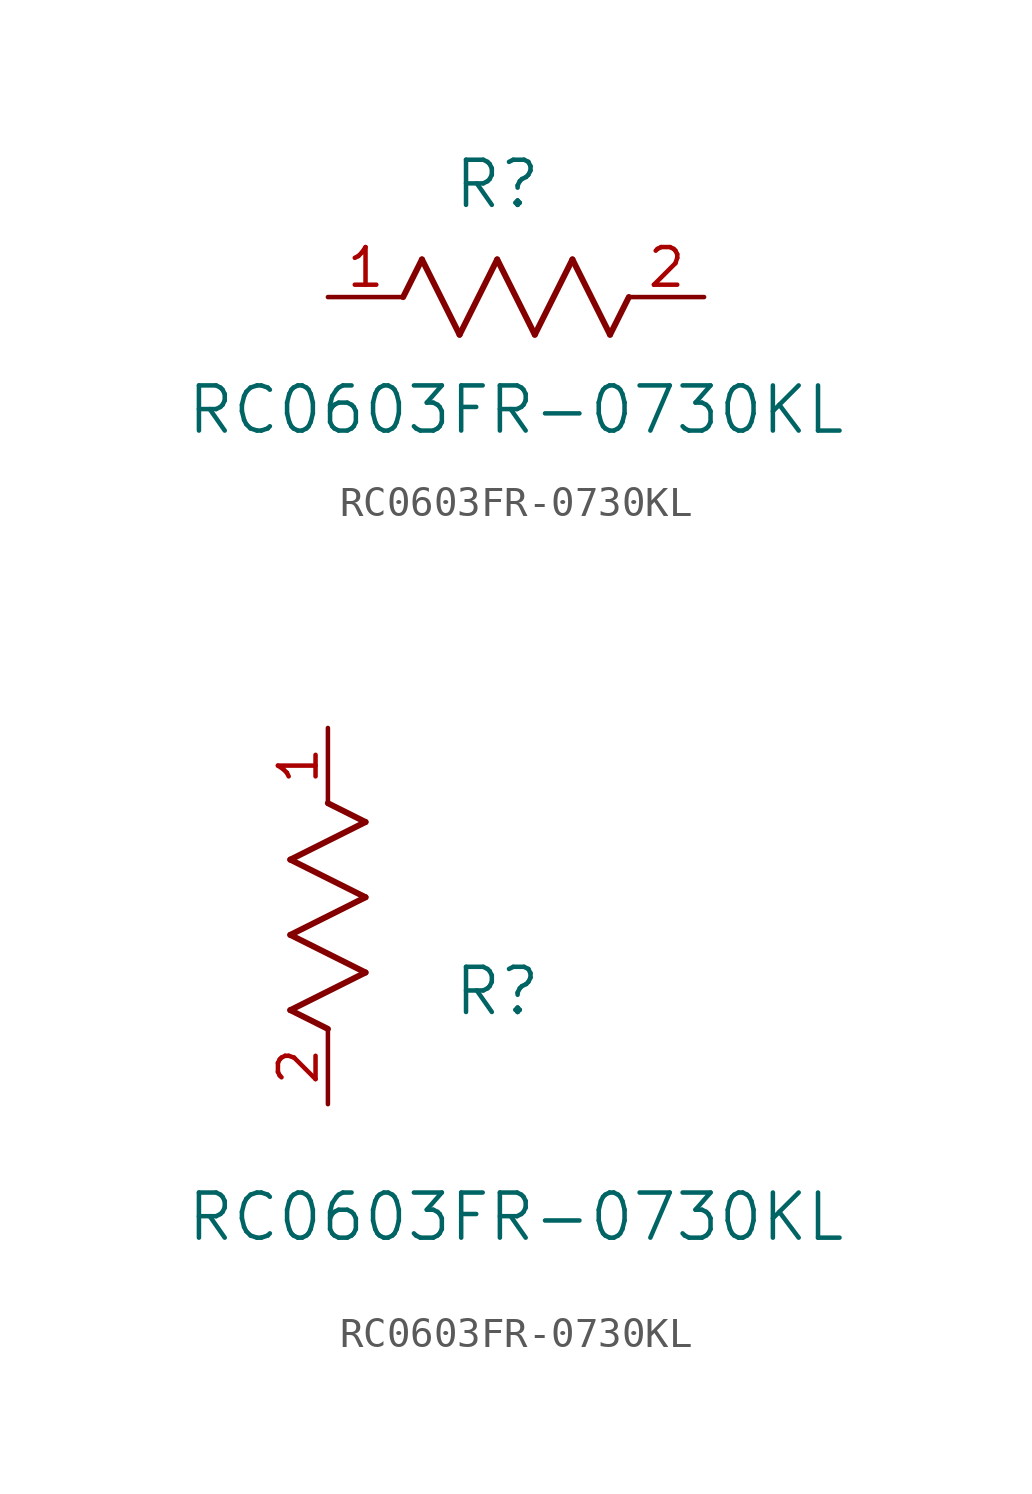
<source format=kicad_sym>
(kicad_symbol_lib
  (version 20211014)
  (generator kicad_symbol_editor)
  (symbol "RC0603FR-0730KL"
    (pin_names
      (offset 0.254))
    (property "Reference" "R"
      (at 5.715 3.81 0)
      (effects (font (size 1.524 1.524))))
    (property "Value" "RC0603FR-0730KL"
      (at 6.35 -3.81 0)
      (effects (font (size 1.524 1.524))))
    (symbol "RC0603FR-0730KL_1_1"
      (polyline (pts (xy 3.175 1.27) (xy 4.445 -1.27)) (stroke (width 0.203) (type default) (color 0 0 0 0)) (fill (type none)))
      (polyline (pts (xy 4.445 -1.27) (xy 5.715 1.27)) (stroke (width 0.203) (type default) (color 0 0 0 0)) (fill (type none)))
      (polyline (pts (xy 5.715 1.27) (xy 6.985 -1.27)) (stroke (width 0.203) (type default) (color 0 0 0 0)) (fill (type none)))
      (polyline (pts (xy 6.985 -1.27) (xy 8.255 1.27)) (stroke (width 0.203) (type default) (color 0 0 0 0)) (fill (type none)))
      (polyline (pts (xy 8.255 1.27) (xy 9.525 -1.27)) (stroke (width 0.203) (type default) (color 0 0 0 0)) (fill (type none)))
      (polyline (pts (xy 2.54 0) (xy 3.175 1.27)) (stroke (width 0.203) (type default) (color 0 0 0 0)) (fill (type none)))
      (polyline (pts (xy 9.525 -1.27) (xy 10.16 0)) (stroke (width 0.203) (type default) (color 0 0 0 0)) (fill (type none)))
      (pin unspecified line (at 0 0 0) (length 2.54) (name "" (effects (font (size 1.27 1.27)))) (number "1" (effects (font (size 1.27 1.27)))))
      (pin unspecified line (at 12.7 0 180) (length 2.54) (name "" (effects (font (size 1.27 1.27)))) (number "2" (effects (font (size 1.27 1.27))))))
    (symbol "RC0603FR-0730KL_1_2"
      (polyline (pts (xy 0 2.54) (xy -1.27 3.175)) (stroke (width 0.203) (type default) (color 0 0 0 0)) (fill (type none)))
      (polyline (pts (xy -1.27 3.175) (xy 1.27 4.445)) (stroke (width 0.203) (type default) (color 0 0 0 0)) (fill (type none)))
      (polyline (pts (xy 1.27 4.445) (xy -1.27 5.715)) (stroke (width 0.203) (type default) (color 0 0 0 0)) (fill (type none)))
      (polyline (pts (xy -1.27 5.715) (xy 1.27 6.985)) (stroke (width 0.203) (type default) (color 0 0 0 0)) (fill (type none)))
      (polyline (pts (xy -1.27 8.255) (xy 1.27 9.525)) (stroke (width 0.203) (type default) (color 0 0 0 0)) (fill (type none)))
      (polyline (pts (xy 1.27 9.525) (xy 0 10.16)) (stroke (width 0.203) (type default) (color 0 0 0 0)) (fill (type none)))
      (polyline (pts (xy 1.27 6.985) (xy -1.27 8.255)) (stroke (width 0.203) (type default) (color 0 0 0 0)) (fill (type none)))
      (pin unspecified line (at 0 12.7 270) (length 2.54) (name "" (effects (font (size 1.27 1.27)))) (number "1" (effects (font (size 1.27 1.27)))))
      (pin unspecified line (at 0 0 90) (length 2.54) (name "" (effects (font (size 1.27 1.27)))) (number "2" (effects (font (size 1.27 1.27))))))))
</source>
